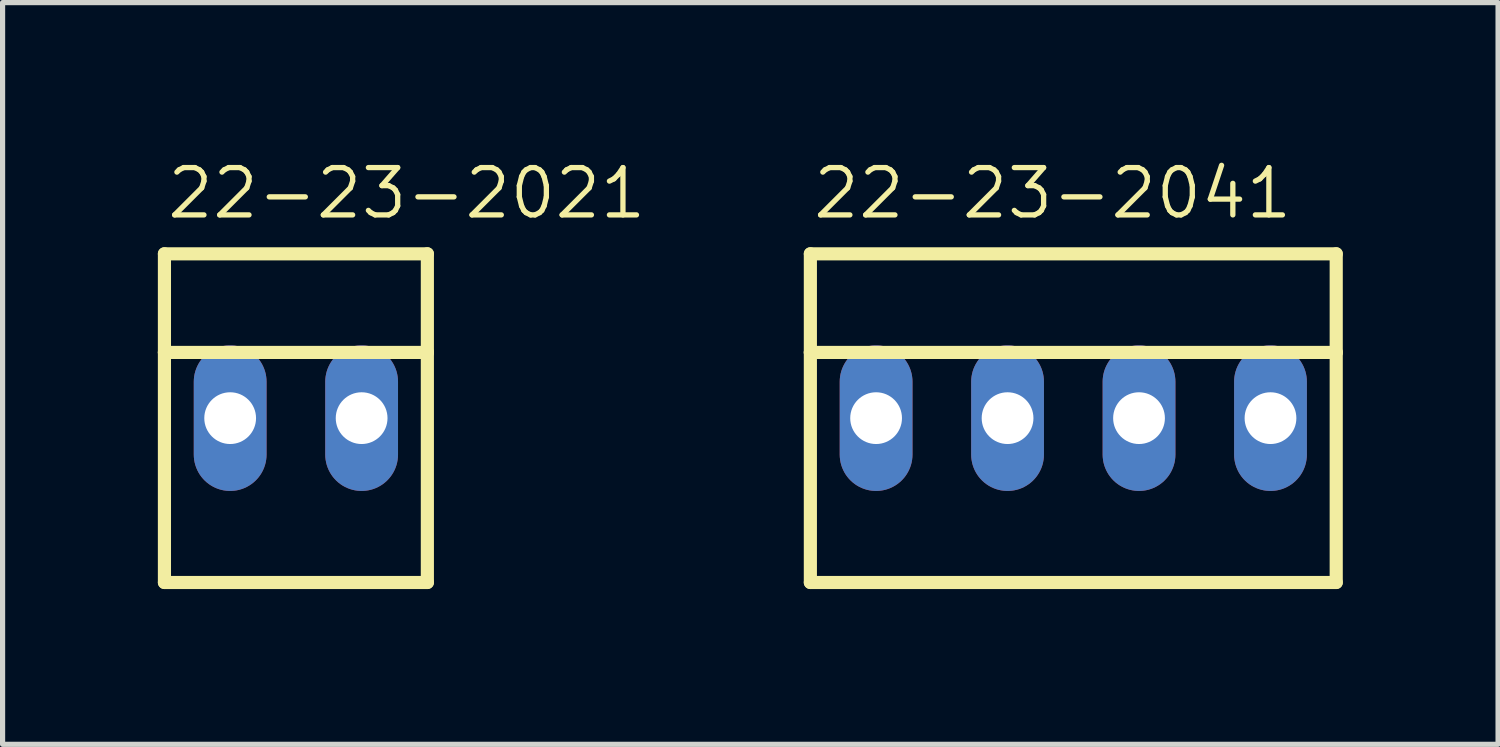
<source format=kicad_pcb>
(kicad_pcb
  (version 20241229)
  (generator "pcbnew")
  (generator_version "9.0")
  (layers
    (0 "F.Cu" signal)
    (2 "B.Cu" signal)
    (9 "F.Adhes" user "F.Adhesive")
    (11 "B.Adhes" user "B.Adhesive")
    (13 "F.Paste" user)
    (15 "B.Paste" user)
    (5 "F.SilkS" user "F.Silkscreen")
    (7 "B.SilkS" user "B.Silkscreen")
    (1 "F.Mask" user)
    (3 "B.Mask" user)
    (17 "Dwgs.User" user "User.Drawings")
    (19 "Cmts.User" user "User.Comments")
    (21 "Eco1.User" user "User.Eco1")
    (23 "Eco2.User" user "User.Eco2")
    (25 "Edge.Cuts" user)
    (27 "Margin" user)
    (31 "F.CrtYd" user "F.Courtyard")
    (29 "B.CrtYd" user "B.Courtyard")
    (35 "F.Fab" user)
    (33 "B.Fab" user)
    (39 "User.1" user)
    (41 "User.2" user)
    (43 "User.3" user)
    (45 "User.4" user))
  (footprint "22-23-2021"
    (layer "F.Cu")
    (at 2.667 5.029)
    (property "Reference" "22-23-2021" (at -2.54 -3.81 0) (unlocked yes) (layer "F.SilkS") (effects (font (size 0.914 0.914) (thickness 0.102)) (justify left bottom)))
    (fp_line (start -2.54 -3.175) (end 2.54 -3.175) (stroke (width 0.254) (type solid)) (layer "F.SilkS"))
    (fp_line (start -2.54 -1.27) (end -2.54 -3.175) (stroke (width 0.254) (type solid)) (layer "F.SilkS"))
    (fp_line (start -2.54 -1.27) (end 2.54 -1.27) (stroke (width 0.254) (type solid)) (layer "F.SilkS"))
    (fp_line (start -2.54 3.175) (end -2.54 -1.27) (stroke (width 0.254) (type solid)) (layer "F.SilkS"))
    (fp_line (start 2.54 -3.175) (end 2.54 -1.27) (stroke (width 0.254) (type solid)) (layer "F.SilkS"))
    (fp_line (start 2.54 -1.27) (end 2.54 3.175) (stroke (width 0.254) (type solid)) (layer "F.SilkS"))
    (fp_line (start 2.54 3.175) (end -2.54 3.175) (stroke (width 0.254) (type solid)) (layer "F.SilkS"))
    (pad "1" thru_hole oval (at -1.27 0 90) (size 2.813 1.406) (drill 1) (layers "*.Cu" "*.Mask"))
    (pad "2" thru_hole oval (at 1.27 0 90) (size 2.813 1.406) (drill 1) (layers "*.Cu" "*.Mask")))
  (footprint "22-23-2041"
    (layer "F.Cu")
    (at 17.687 5.029)
    (property "Reference" "22-23-2041" (at -5.08 -3.81 0) (unlocked yes) (layer "F.SilkS") (effects (font (size 0.914 0.914) (thickness 0.102)) (justify left bottom)))
    (fp_line (start -5.08 -3.175) (end 5.08 -3.175) (stroke (width 0.254) (type solid)) (layer "F.SilkS"))
    (fp_line (start -5.08 -1.27) (end -5.08 -3.175) (stroke (width 0.254) (type solid)) (layer "F.SilkS"))
    (fp_line (start -5.08 -1.27) (end 5.08 -1.27) (stroke (width 0.254) (type solid)) (layer "F.SilkS"))
    (fp_line (start -5.08 3.175) (end -5.08 -1.27) (stroke (width 0.254) (type solid)) (layer "F.SilkS"))
    (fp_line (start 5.08 -3.175) (end 5.08 -1.27) (stroke (width 0.254) (type solid)) (layer "F.SilkS"))
    (fp_line (start 5.08 -1.27) (end 5.08 3.175) (stroke (width 0.254) (type solid)) (layer "F.SilkS"))
    (fp_line (start 5.08 3.175) (end -5.08 3.175) (stroke (width 0.254) (type solid)) (layer "F.SilkS"))
    (pad "1" thru_hole oval (at -3.81 0 90) (size 2.813 1.406) (drill 1) (layers "*.Cu" "*.Mask"))
    (pad "2" thru_hole oval (at -1.27 0 90) (size 2.813 1.406) (drill 1) (layers "*.Cu" "*.Mask"))
    (pad "3" thru_hole oval (at 1.27 0 90) (size 2.813 1.406) (drill 1) (layers "*.Cu" "*.Mask"))
    (pad "4" thru_hole oval (at 3.81 0 90) (size 2.813 1.406) (drill 1) (layers "*.Cu" "*.Mask")))
  (gr_rect
    (start -3 -3)
    (end 25.894 11.331)
    (stroke (width 0.1) (type default))
    (fill no)
    (layer "Edge.Cuts")))
</source>
